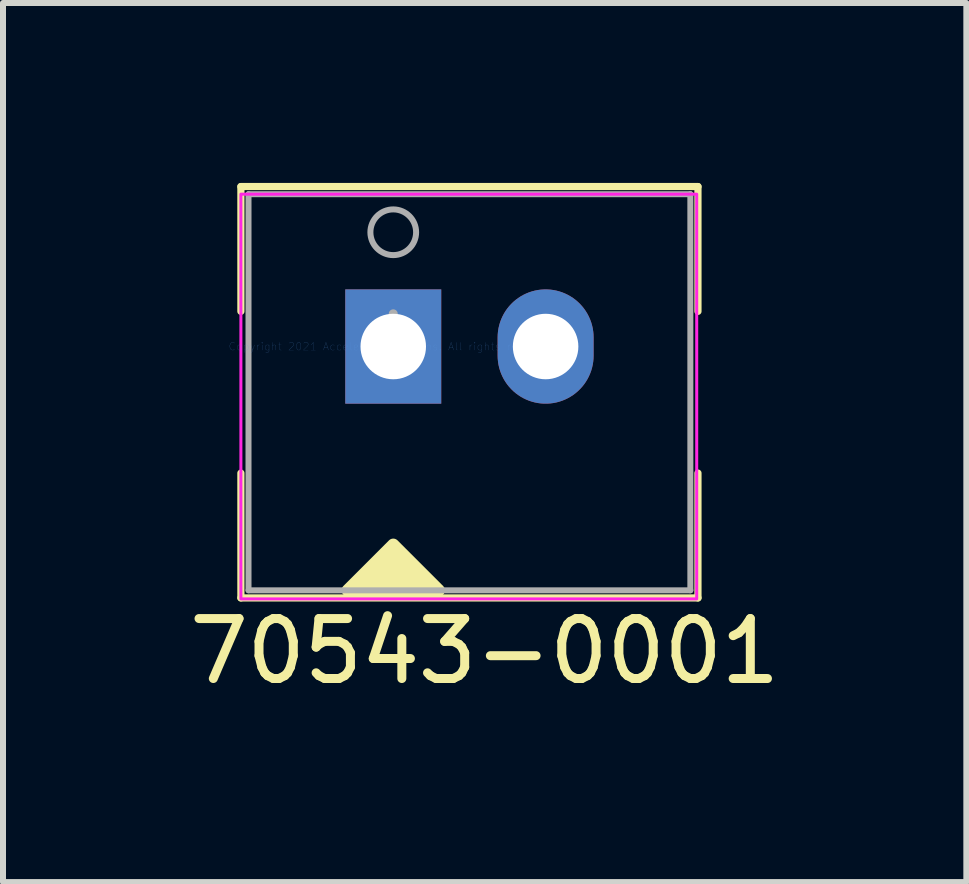
<source format=kicad_pcb>
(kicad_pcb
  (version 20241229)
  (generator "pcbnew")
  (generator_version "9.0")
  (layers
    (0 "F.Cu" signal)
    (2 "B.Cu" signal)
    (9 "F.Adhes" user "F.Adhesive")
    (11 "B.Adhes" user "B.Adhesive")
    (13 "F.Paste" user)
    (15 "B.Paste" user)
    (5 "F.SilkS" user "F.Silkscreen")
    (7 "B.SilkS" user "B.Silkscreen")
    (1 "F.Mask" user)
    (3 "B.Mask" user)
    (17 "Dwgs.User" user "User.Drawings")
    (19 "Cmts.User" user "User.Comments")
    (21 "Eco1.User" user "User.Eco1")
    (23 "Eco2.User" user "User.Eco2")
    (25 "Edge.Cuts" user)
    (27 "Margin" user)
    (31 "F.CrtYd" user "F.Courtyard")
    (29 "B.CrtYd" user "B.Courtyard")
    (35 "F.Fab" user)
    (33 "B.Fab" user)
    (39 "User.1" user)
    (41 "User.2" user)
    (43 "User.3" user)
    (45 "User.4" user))
  (footprint "70543-0001"
    (layer "F.Cu")
    (at 3.506 2.727)
    (property "Reference" "70543-0001" (at 1.524 5.08 0) (layer "F.SilkS") (effects (font (size 1 1) (thickness 0.15))))
    (attr through_hole)
    (fp_line (start -2.54 -2.667) (end -2.54 -0.586) (stroke (width 0.12) (type solid)) (layer "F.SilkS"))
    (fp_line (start -2.54 2.11) (end -2.54 4.191) (stroke (width 0.12) (type solid)) (layer "F.SilkS"))
    (fp_line (start -2.54 4.191) (end 5.08 4.191) (stroke (width 0.12) (type solid)) (layer "F.SilkS"))
    (fp_line (start 5.08 -2.667) (end -2.54 -2.667) (stroke (width 0.12) (type solid)) (layer "F.SilkS"))
    (fp_line (start 5.08 -0.586) (end 5.08 -2.667) (stroke (width 0.12) (type solid)) (layer "F.SilkS"))
    (fp_line (start 5.08 4.191) (end 5.08 2.11) (stroke (width 0.12) (type solid)) (layer "F.SilkS"))
    (fp_poly (pts (xy 0.762 4.064) (xy -0.762 4.064) (xy 0 3.302)) (stroke (width 0.2) (type solid)) (fill yes) (layer "F.SilkS"))
    (fp_rect (start -2.54 -2.54) (end 5.059 4.207) (stroke (width 0.05) (type solid)) (fill no) (layer "F.CrtYd"))
    (fp_line (start -2.413 -2.54) (end -2.413 4.064) (stroke (width 0.1) (type solid)) (layer "F.Fab"))
    (fp_line (start -2.413 4.064) (end 4.953 4.064) (stroke (width 0.1) (type solid)) (layer "F.Fab"))
    (fp_line (start 4.953 -2.54) (end -2.413 -2.54) (stroke (width 0.1) (type solid)) (layer "F.Fab"))
    (fp_line (start 4.953 4.064) (end 4.953 -2.54) (stroke (width 0.1) (type solid)) (layer "F.Fab"))
    (fp_circle (center 0 -1.905) (end 0.381 -1.905) (stroke (width 0.1) (type solid)) (fill no) (layer "F.Fab"))
    (fp_text user "Copyright 2021 Accelerated Designs. All rights reserved." (at 0 0 0) (layer "Cmts.User") (effects (font (size 0.127 0.127) (thickness 0.002))))
    (fp_text user "*" (at 0 0 0) (layer "F.Fab") (effects (font (size 1 1) (thickness 0.15))))
    (pad "1" thru_hole rect (at 0 0) (size 1.6 1.905) (drill 1.092) (layers "*.Cu" "*.Mask"))
    (pad "2" thru_hole oval (at 2.54 0) (size 1.6 1.905) (drill 1.092) (layers "*.Cu" "*.Mask")))
  (gr_rect
    (start -3 -3)
    (end 13.06 11.655)
    (stroke (width 0.1) (type default))
    (fill no)
    (layer "Edge.Cuts")))
</source>
